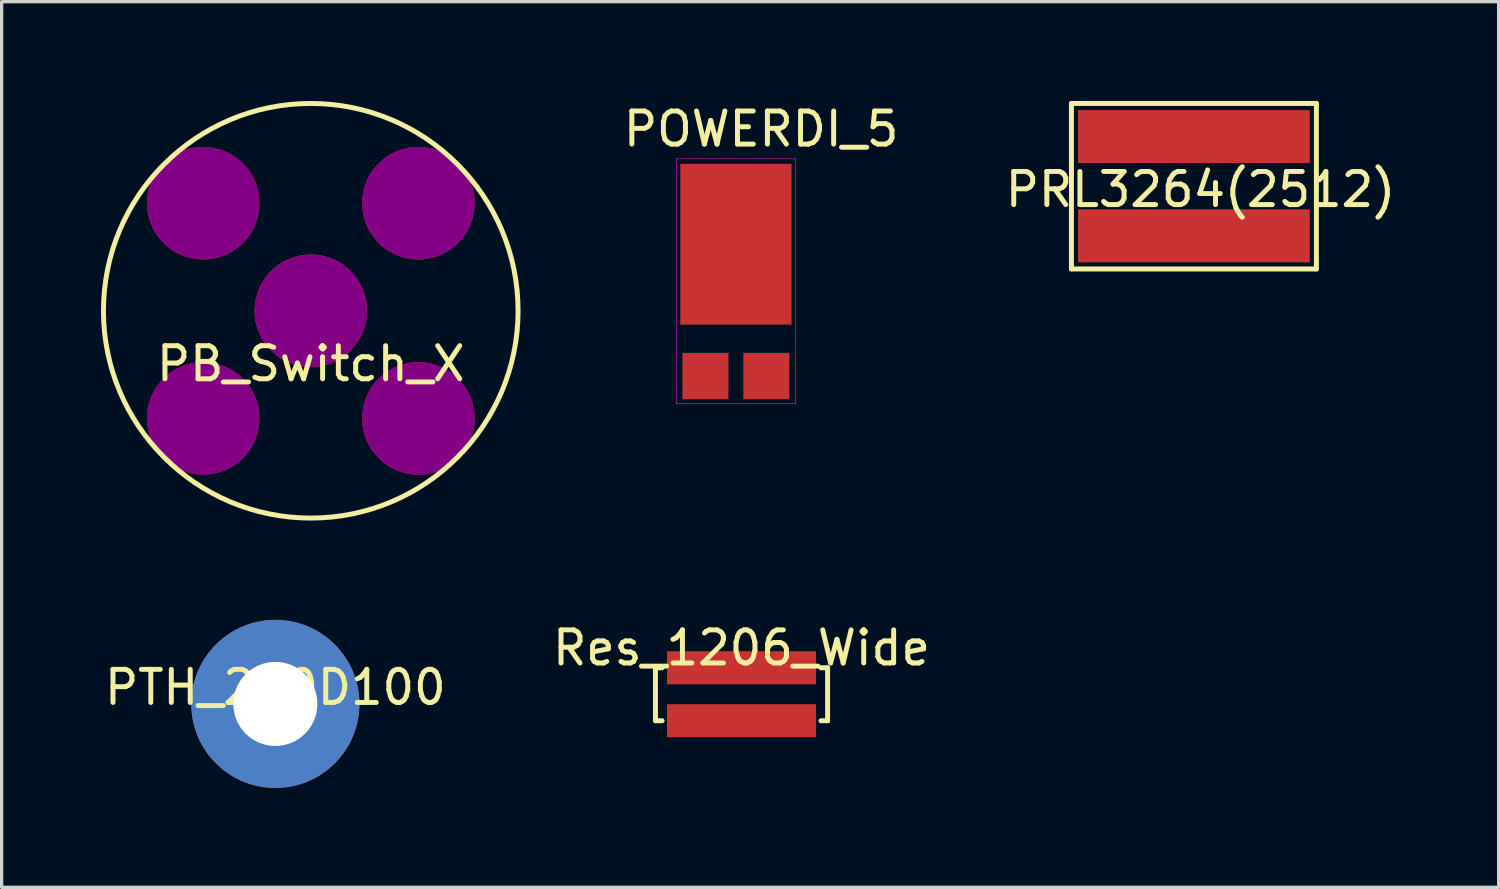
<source format=kicad_pcb>
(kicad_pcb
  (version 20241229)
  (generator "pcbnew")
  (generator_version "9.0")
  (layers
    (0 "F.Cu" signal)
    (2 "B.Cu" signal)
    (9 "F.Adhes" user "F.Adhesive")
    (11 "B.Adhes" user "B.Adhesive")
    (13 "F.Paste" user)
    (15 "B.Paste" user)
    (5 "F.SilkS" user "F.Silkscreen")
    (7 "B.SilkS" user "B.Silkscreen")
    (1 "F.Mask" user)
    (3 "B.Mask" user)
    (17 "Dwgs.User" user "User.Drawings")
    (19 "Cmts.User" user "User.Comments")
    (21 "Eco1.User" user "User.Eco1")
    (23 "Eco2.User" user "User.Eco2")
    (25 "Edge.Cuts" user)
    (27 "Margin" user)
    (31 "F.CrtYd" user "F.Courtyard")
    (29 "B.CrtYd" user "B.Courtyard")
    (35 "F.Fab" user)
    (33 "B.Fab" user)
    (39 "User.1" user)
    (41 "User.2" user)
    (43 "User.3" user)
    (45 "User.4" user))
  (footprint "PTH_200D100"
    (layer "F.Cu")
    (at 5.268 18.215)
    (property "Reference" "PTH_200D100" (at 0 -0.5 0) (unlocked yes) (layer "F.SilkS") (effects (font (size 1 1) (thickness 0.15))))
    (attr smd)
    (pad "1" thru_hole circle (at 0 0) (size 5.08 5.08) (drill 2.54) (layers "*.Cu" "*.Mask")))
  (footprint "Res_1206_Wide"
    (layer "F.Cu")
    (at 19.351 17.923)
    (property "Reference" "Res_1206_Wide" (at 0 -1.4 0) (layer "F.SilkS") (effects (font (size 1 1) (thickness 0.15))))
    (attr through_hole)
    (fp_line (start -2.6 -0.8) (end -2.6 0.8) (stroke (width 0.15) (type solid)) (layer "F.SilkS"))
    (fp_line (start -2.6 0.8) (end -2.4 0.8) (stroke (width 0.15) (type solid)) (layer "F.SilkS"))
    (fp_line (start -2.4 -0.8) (end -2.6 -0.8) (stroke (width 0.15) (type solid)) (layer "F.SilkS"))
    (fp_line (start 2.4 -0.8) (end 2.6 -0.8) (stroke (width 0.15) (type solid)) (layer "F.SilkS"))
    (fp_line (start 2.6 -0.8) (end 2.6 0.8) (stroke (width 0.15) (type solid)) (layer "F.SilkS"))
    (fp_line (start 2.6 0.8) (end 2.4 0.8) (stroke (width 0.15) (type solid)) (layer "F.SilkS"))
    (pad "1" smd rect (at 0 0.8) (size 4.5 1) (layers "F.Cu" "F.Mask" "F.Paste"))
    (pad "2" smd rect (at 0 -0.8) (size 4.5 1) (layers "F.Cu" "F.Mask" "F.Paste")))
  (footprint "PB_Switch_X"
    (layer "F.Cu")
    (at 6.338 6.338)
    (property "Reference" "PB_Switch_X" (at 0 1.6 0) (layer "F.SilkS") (effects (font (size 1 1) (thickness 0.15))))
    (attr through_hole)
    (fp_circle (center 0 0) (end 5.9 -2.1) (stroke (width 0.15) (type solid)) (fill no) (layer "F.SilkS"))
    (pad "1" smd circle (at 0 0) (size 3.4 3.4) (layers "F.Cu" "F.Mask" "F.Adhes" "F.Paste"))
    (pad "2" smd circle (at -3.25 -3.25) (size 3.4 3.4) (layers "F.Cu" "F.Mask" "F.Adhes" "F.Paste"))
    (pad "2" smd circle (at -3.25 3.25) (size 3.4 3.4) (layers "F.Cu" "F.Mask" "F.Adhes" "F.Paste"))
    (pad "2" smd circle (at 3.25 -3.25) (size 3.4 3.4) (layers "F.Cu" "F.Mask" "F.Adhes" "F.Paste"))
    (pad "2" smd circle (at 3.25 3.25) (size 3.4 3.4) (layers "F.Cu" "F.Mask" "F.Adhes" "F.Paste")))
  (footprint "PRL3264(2512)"
    (layer "F.Cu")
    (at 33.017 2.575)
    (property "Reference" "PRL3264(2512)" (at 0.2 0.1 0) (layer "F.SilkS") (effects (font (size 1 1) (thickness 0.15))))
    (attr through_hole)
    (fp_line (start -3.7 -2.5) (end 3.6 -2.5) (stroke (width 0.15) (type solid)) (layer "F.SilkS"))
    (fp_line (start -3.7 2.5) (end -3.7 -2.5) (stroke (width 0.15) (type solid)) (layer "F.SilkS"))
    (fp_line (start 3.6 -2.5) (end 3.7 -2.5) (stroke (width 0.15) (type solid)) (layer "F.SilkS"))
    (fp_line (start 3.7 -2.5) (end 3.7 2.5) (stroke (width 0.15) (type solid)) (layer "F.SilkS"))
    (fp_line (start 3.7 2.5) (end -3.7 2.5) (stroke (width 0.15) (type solid)) (layer "F.SilkS"))
    (pad "1" smd rect (at 0 1.5) (size 7 1.6) (layers "F.Cu" "F.Mask" "F.Paste"))
    (pad "2" smd rect (at 0 -1.5) (size 7 1.6) (layers "F.Cu" "F.Mask" "F.Paste")))
  (footprint "POWERDI_5"
    (layer "F.Cu")
    (at 19.181 5.448)
    (property "Reference" "POWERDI_5" (at 0.762 -4.6 0) (layer "F.SilkS") (effects (font (size 1 1) (thickness 0.15))))
    (attr through_hole)
    (fp_line (start -1.8 -3.7) (end 1.8 -3.7) (stroke (width 0.015) (type solid)) (layer "F.CrtYd"))
    (fp_line (start -1.8 3.7) (end -1.8 -3.7) (stroke (width 0.015) (type solid)) (layer "F.CrtYd"))
    (fp_line (start 1.8 -3.7) (end 1.8 3.7) (stroke (width 0.015) (type solid)) (layer "F.CrtYd"))
    (fp_line (start 1.8 3.7) (end -1.8 3.7) (stroke (width 0.015) (type solid)) (layer "F.CrtYd"))
    (pad "1" smd rect (at -0.92 2.862) (size 1.39 1.4) (layers "F.Cu" "F.Mask" "F.Paste"))
    (pad "2" smd rect (at 0.92 2.862) (size 1.39 1.4) (layers "F.Cu" "F.Mask" "F.Paste"))
    (pad "3" smd rect (at 0 -1.12) (size 3.36 4.86) (layers "F.Cu" "F.Mask" "F.Paste")))
  (gr_rect
    (start -3 -3)
    (end 42.223 23.755)
    (stroke (width 0.1) (type default))
    (fill no)
    (layer "Edge.Cuts")))
</source>
